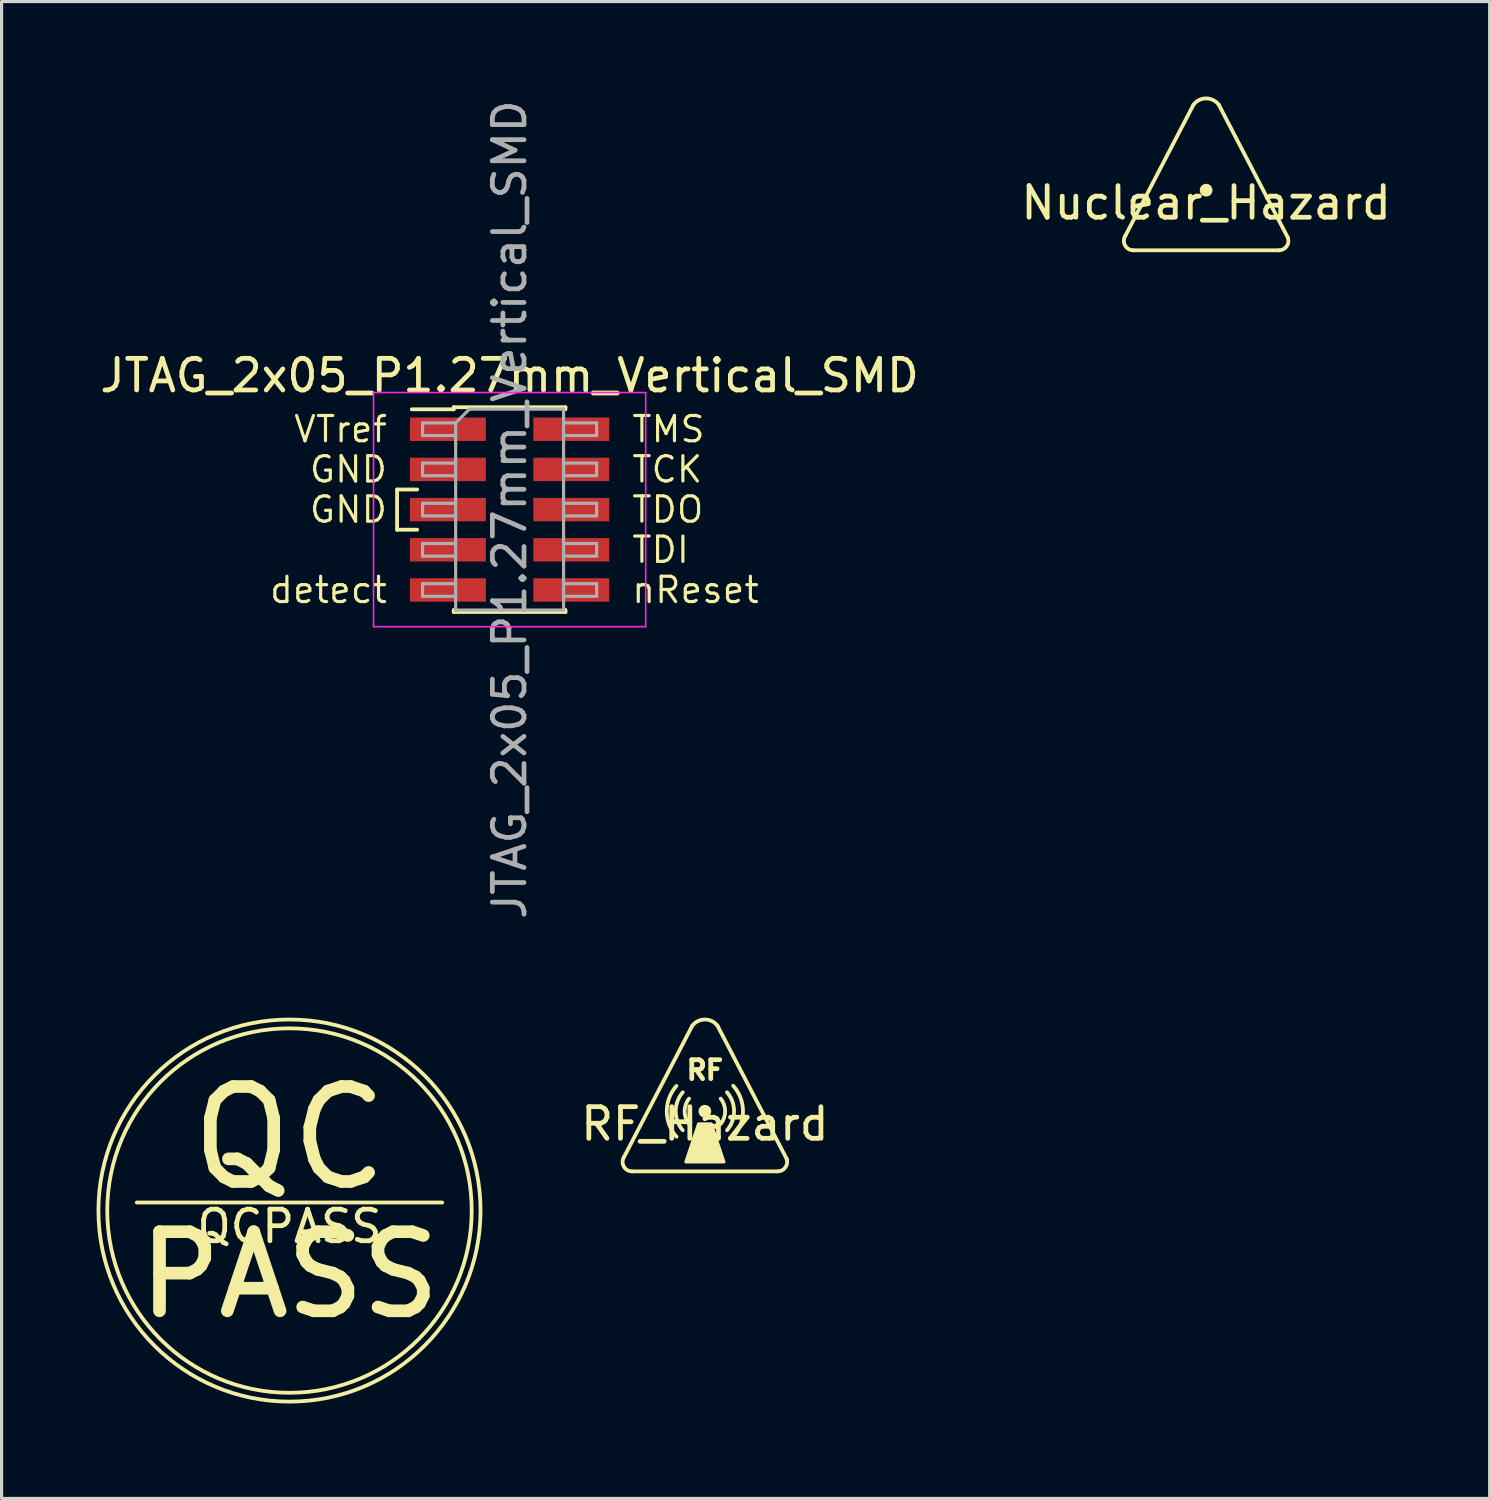
<source format=kicad_pcb>
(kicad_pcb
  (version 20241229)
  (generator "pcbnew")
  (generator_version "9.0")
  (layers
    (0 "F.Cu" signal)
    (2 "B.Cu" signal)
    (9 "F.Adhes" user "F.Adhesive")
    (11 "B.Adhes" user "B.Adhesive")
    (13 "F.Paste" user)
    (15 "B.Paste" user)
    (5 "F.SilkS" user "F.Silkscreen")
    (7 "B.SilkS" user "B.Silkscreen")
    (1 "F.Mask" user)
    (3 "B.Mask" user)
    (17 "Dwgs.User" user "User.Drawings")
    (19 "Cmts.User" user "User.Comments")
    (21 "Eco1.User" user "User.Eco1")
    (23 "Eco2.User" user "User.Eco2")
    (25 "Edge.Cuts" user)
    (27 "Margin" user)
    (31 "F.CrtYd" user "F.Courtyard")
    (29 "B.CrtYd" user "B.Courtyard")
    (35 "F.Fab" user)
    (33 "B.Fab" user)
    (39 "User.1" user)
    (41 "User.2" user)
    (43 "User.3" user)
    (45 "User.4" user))
  (footprint "QCPASS"
    (layer "F.Cu")
    (at 6.098 35.205)
    (property "Reference" "QCPASS" (at 0 0.5 0) (layer "F.SilkS") (effects (font (size 1 1) (thickness 0.15))))
    (attr through_hole)
    (fp_line (start -4.826 -0.254) (end 4.826 -0.254) (stroke (width 0.12) (type solid)) (layer "F.SilkS"))
    (fp_circle (center 0 0) (end 3.81 -4.318) (stroke (width 0.12) (type solid)) (fill no) (layer "F.SilkS"))
    (fp_circle (center 0 0) (end 5.588 -2.286) (stroke (width 0.12) (type solid)) (fill no) (layer "F.SilkS"))
    (fp_text user "PASS" (at 0 2.032 0) (layer "F.SilkS") (effects (font (size 2.5 2.5) (thickness 0.4))))
    (fp_text user "QC" (at 0 -2.286 0) (layer "F.SilkS") (effects (font (size 3 3) (thickness 0.4)))))
  (footprint "JTAG_2x05_P1.27mm_Vertical_SMD"
    (layer "F.Cu")
    (at 13.054 13.054)
    (property "Reference" "JTAG_2x05_P1.27mm_Vertical_SMD" (at 0 -4.235 0) (layer "F.SilkS") (effects (font (size 1 1) (thickness 0.15))))
    (attr smd)
    (fp_line (start -3.556 -0.635) (end -3.556 0.635) (stroke (width 0.12) (type solid)) (layer "F.SilkS"))
    (fp_line (start -3.556 0.635) (end -2.921 0.635) (stroke (width 0.12) (type solid)) (layer "F.SilkS"))
    (fp_line (start -3.09 -3.17) (end -1.765 -3.17) (stroke (width 0.12) (type solid)) (layer "F.SilkS"))
    (fp_line (start -2.921 -0.635) (end -3.556 -0.635) (stroke (width 0.12) (type solid)) (layer "F.SilkS"))
    (fp_line (start -1.765 -3.235) (end -1.765 -3.17) (stroke (width 0.12) (type solid)) (layer "F.SilkS"))
    (fp_line (start -1.765 -3.235) (end 1.765 -3.235) (stroke (width 0.12) (type solid)) (layer "F.SilkS"))
    (fp_line (start -1.765 3.17) (end -1.765 3.235) (stroke (width 0.12) (type solid)) (layer "F.SilkS"))
    (fp_line (start -1.765 3.235) (end 1.765 3.235) (stroke (width 0.12) (type solid)) (layer "F.SilkS"))
    (fp_line (start 1.765 -3.235) (end 1.765 -3.17) (stroke (width 0.12) (type solid)) (layer "F.SilkS"))
    (fp_line (start 1.765 3.17) (end 1.765 3.235) (stroke (width 0.12) (type solid)) (layer "F.SilkS"))
    (fp_line (start -4.3 -3.7) (end -4.3 3.7) (stroke (width 0.05) (type solid)) (layer "F.CrtYd"))
    (fp_line (start -4.3 3.7) (end 4.3 3.7) (stroke (width 0.05) (type solid)) (layer "F.CrtYd"))
    (fp_line (start 4.3 -3.7) (end -4.3 -3.7) (stroke (width 0.05) (type solid)) (layer "F.CrtYd"))
    (fp_line (start 4.3 3.7) (end 4.3 -3.7) (stroke (width 0.05) (type solid)) (layer "F.CrtYd"))
    (fp_line (start -2.75 -2.74) (end -2.75 -2.34) (stroke (width 0.1) (type solid)) (layer "F.Fab"))
    (fp_line (start -2.75 -2.34) (end -1.705 -2.34) (stroke (width 0.1) (type solid)) (layer "F.Fab"))
    (fp_line (start -2.75 -1.47) (end -2.75 -1.07) (stroke (width 0.1) (type solid)) (layer "F.Fab"))
    (fp_line (start -2.75 -1.07) (end -1.705 -1.07) (stroke (width 0.1) (type solid)) (layer "F.Fab"))
    (fp_line (start -2.75 -0.2) (end -2.75 0.2) (stroke (width 0.1) (type solid)) (layer "F.Fab"))
    (fp_line (start -2.75 0.2) (end -1.705 0.2) (stroke (width 0.1) (type solid)) (layer "F.Fab"))
    (fp_line (start -2.75 1.07) (end -2.75 1.47) (stroke (width 0.1) (type solid)) (layer "F.Fab"))
    (fp_line (start -2.75 1.47) (end -1.705 1.47) (stroke (width 0.1) (type solid)) (layer "F.Fab"))
    (fp_line (start -2.75 2.34) (end -2.75 2.74) (stroke (width 0.1) (type solid)) (layer "F.Fab"))
    (fp_line (start -2.75 2.74) (end -1.705 2.74) (stroke (width 0.1) (type solid)) (layer "F.Fab"))
    (fp_line (start -1.705 -2.74) (end -2.75 -2.74) (stroke (width 0.1) (type solid)) (layer "F.Fab"))
    (fp_line (start -1.705 -2.74) (end -1.27 -3.175) (stroke (width 0.1) (type solid)) (layer "F.Fab"))
    (fp_line (start -1.705 -1.47) (end -2.75 -1.47) (stroke (width 0.1) (type solid)) (layer "F.Fab"))
    (fp_line (start -1.705 -0.2) (end -2.75 -0.2) (stroke (width 0.1) (type solid)) (layer "F.Fab"))
    (fp_line (start -1.705 1.07) (end -2.75 1.07) (stroke (width 0.1) (type solid)) (layer "F.Fab"))
    (fp_line (start -1.705 2.34) (end -2.75 2.34) (stroke (width 0.1) (type solid)) (layer "F.Fab"))
    (fp_line (start -1.705 3.175) (end -1.705 -2.74) (stroke (width 0.1) (type solid)) (layer "F.Fab"))
    (fp_line (start -1.27 -3.175) (end 1.705 -3.175) (stroke (width 0.1) (type solid)) (layer "F.Fab"))
    (fp_line (start 1.705 -3.175) (end 1.705 3.175) (stroke (width 0.1) (type solid)) (layer "F.Fab"))
    (fp_line (start 1.705 -2.74) (end 2.75 -2.74) (stroke (width 0.1) (type solid)) (layer "F.Fab"))
    (fp_line (start 1.705 -1.47) (end 2.75 -1.47) (stroke (width 0.1) (type solid)) (layer "F.Fab"))
    (fp_line (start 1.705 -0.2) (end 2.75 -0.2) (stroke (width 0.1) (type solid)) (layer "F.Fab"))
    (fp_line (start 1.705 1.07) (end 2.75 1.07) (stroke (width 0.1) (type solid)) (layer "F.Fab"))
    (fp_line (start 1.705 2.34) (end 2.75 2.34) (stroke (width 0.1) (type solid)) (layer "F.Fab"))
    (fp_line (start 1.705 3.175) (end -1.705 3.175) (stroke (width 0.1) (type solid)) (layer "F.Fab"))
    (fp_line (start 2.75 -2.74) (end 2.75 -2.34) (stroke (width 0.1) (type solid)) (layer "F.Fab"))
    (fp_line (start 2.75 -2.34) (end 1.705 -2.34) (stroke (width 0.1) (type solid)) (layer "F.Fab"))
    (fp_line (start 2.75 -1.47) (end 2.75 -1.07) (stroke (width 0.1) (type solid)) (layer "F.Fab"))
    (fp_line (start 2.75 -1.07) (end 1.705 -1.07) (stroke (width 0.1) (type solid)) (layer "F.Fab"))
    (fp_line (start 2.75 -0.2) (end 2.75 0.2) (stroke (width 0.1) (type solid)) (layer "F.Fab"))
    (fp_line (start 2.75 0.2) (end 1.705 0.2) (stroke (width 0.1) (type solid)) (layer "F.Fab"))
    (fp_line (start 2.75 1.07) (end 2.75 1.47) (stroke (width 0.1) (type solid)) (layer "F.Fab"))
    (fp_line (start 2.75 1.47) (end 1.705 1.47) (stroke (width 0.1) (type solid)) (layer "F.Fab"))
    (fp_line (start 2.75 2.34) (end 2.75 2.74) (stroke (width 0.1) (type solid)) (layer "F.Fab"))
    (fp_line (start 2.75 2.74) (end 1.705 2.74) (stroke (width 0.1) (type solid)) (layer "F.Fab"))
    (fp_text user "TDI" (at 3.81 1.27 0) (layer "F.SilkS") (effects (font (size 0.8 0.8) (thickness 0.1)) (justify left)))
    (fp_text user "GND" (at -3.81 -1.27 0) (layer "F.SilkS") (effects (font (size 0.8 0.8) (thickness 0.1)) (justify right)))
    (fp_text user "TDO" (at 3.81 0 0) (layer "F.SilkS") (effects (font (size 0.8 0.8) (thickness 0.1)) (justify left)))
    (fp_text user "TCK" (at 3.81 -1.27 0) (layer "F.SilkS") (effects (font (size 0.8 0.8) (thickness 0.1)) (justify left)))
    (fp_text user "TMS" (at 3.81 -2.54 0) (layer "F.SilkS") (effects (font (size 0.8 0.8) (thickness 0.1)) (justify left)))
    (fp_text user "VTref" (at -3.81 -2.54 0) (layer "F.SilkS") (effects (font (size 0.8 0.8) (thickness 0.1)) (justify right)))
    (fp_text user "nReset" (at 3.81 2.54 0) (layer "F.SilkS") (effects (font (size 0.8 0.8) (thickness 0.1)) (justify left)))
    (fp_text user "detect" (at -3.81 2.54 0) (layer "F.SilkS") (effects (font (size 0.8 0.8) (thickness 0.1)) (justify right)))
    (fp_text user "GND" (at -3.81 0 0) (layer "F.SilkS") (effects (font (size 0.8 0.8) (thickness 0.1)) (justify right)))
    (fp_text user "${REFERENCE}" (at 0 0 90) (layer "F.Fab") (effects (font (size 1 1) (thickness 0.15))))
    (pad "1" smd rect (at -1.95 -2.54) (size 2.4 0.74) (layers "F.Cu" "F.Mask" "F.Paste"))
    (pad "2" smd rect (at 1.95 -2.54) (size 2.4 0.74) (layers "F.Cu" "F.Mask" "F.Paste"))
    (pad "3" smd rect (at -1.95 -1.27) (size 2.4 0.74) (layers "F.Cu" "F.Mask" "F.Paste"))
    (pad "4" smd rect (at 1.95 -1.27) (size 2.4 0.74) (layers "F.Cu" "F.Mask" "F.Paste"))
    (pad "5" smd rect (at -1.95 0) (size 2.4 0.74) (layers "F.Cu" "F.Mask" "F.Paste"))
    (pad "6" smd rect (at 1.95 0) (size 2.4 0.74) (layers "F.Cu" "F.Mask" "F.Paste"))
    (pad "7" smd rect (at -1.95 1.27) (size 2.4 0.74) (layers "F.Cu" "F.Mask" "F.Paste"))
    (pad "8" smd rect (at 1.95 1.27) (size 2.4 0.74) (layers "F.Cu" "F.Mask" "F.Paste"))
    (pad "9" smd rect (at -1.95 2.54) (size 2.4 0.74) (layers "F.Cu" "F.Mask" "F.Paste"))
    (pad "10" smd rect (at 1.95 2.54) (size 2.4 0.74) (layers "F.Cu" "F.Mask" "F.Paste")))
  (footprint "Nuclear_Hazard"
    (layer "F.Cu")
    (at 35.065 2.86)
    (property "Reference" "Nuclear_Hazard" (at 0 0.5 0) (layer "F.SilkS") (effects (font (size 1 1) (thickness 0.15))))
    (attr through_hole)
    (fp_line (start -2.3 2) (end 2.3 2) (stroke (width 0.12) (type solid)) (layer "F.SilkS"))
    (fp_line (start -0.4 -2.6) (end -2.55 1.534) (stroke (width 0.12) (type solid)) (layer "F.SilkS"))
    (fp_line (start 2.585 1.605) (end 0.4 -2.6) (stroke (width 0.12) (type solid)) (layer "F.SilkS"))
    (fp_arc (start -2.3 1.999999) (mid -2.564501 1.841557) (end -2.549614 1.533591) (stroke (width 0.12) (type solid)) (layer "F.SilkS"))
    (fp_arc (start -0.4 -2.599999) (mid -0.000001 -2.799999) (end 0.399999 -2.6) (stroke (width 0.12) (type solid)) (layer "F.SilkS"))
    (fp_arc (start 2.584605 1.605132) (mid 2.543372 1.875413) (end 2.3 2) (stroke (width 0.12) (type solid)) (layer "F.SilkS"))
    (fp_circle (center 0 0.1) (end 0.1 0.1) (stroke (width 0.12) (type solid)) (fill no) (layer "F.SilkS"))
    (fp_circle (center 0 0.1) (end 0.141 0.1) (stroke (width 0.12) (type solid)) (fill no) (layer "F.SilkS"))
    (fp_poly (pts (xy 0.1 0.2) (xy -0.1 0.2) (xy -0.1 0) (xy 0.1 0)) (stroke (width 0.1) (type solid)) (fill yes) (layer "F.SilkS")))
  (footprint "RF_Hazard"
    (layer "F.Cu")
    (at 19.225 31.967)
    (property "Reference" "RF_Hazard" (at 0 0.5 0) (layer "F.SilkS") (effects (font (size 1 1) (thickness 0.15))))
    (attr through_hole)
    (fp_line (start -2.3 2) (end 2.3 2) (stroke (width 0.12) (type solid)) (layer "F.SilkS"))
    (fp_line (start -0.4 -2.6) (end -2.55 1.534) (stroke (width 0.12) (type solid)) (layer "F.SilkS"))
    (fp_line (start 2.585 1.605) (end 0.4 -2.6) (stroke (width 0.12) (type solid)) (layer "F.SilkS"))
    (fp_arc (start -2.3 1.999999) (mid -2.564501 1.841557) (end -2.549614 1.533591) (stroke (width 0.12) (type solid)) (layer "F.SilkS"))
    (fp_arc (start -0.895044 0.905539) (mid -1.204152 0.103716) (end -0.899999 -0.699999) (stroke (width 0.12) (type solid)) (layer "F.SilkS"))
    (fp_arc (start -0.699999 0.699999) (mid -0.921953 0.1) (end -0.699999 -0.499999) (stroke (width 0.12) (type solid)) (layer "F.SilkS"))
    (fp_arc (start -0.499999 0.499999) (mid -0.640311 0.1) (end -0.499999 -0.299999) (stroke (width 0.12) (type solid)) (layer "F.SilkS"))
    (fp_arc (start -0.4 -2.599999) (mid -0.000001 -2.799999) (end 0.399999 -2.6) (stroke (width 0.12) (type solid)) (layer "F.SilkS"))
    (fp_arc (start 0.499999 -0.299999) (mid 0.640311 0.1) (end 0.499999 0.499999) (stroke (width 0.12) (type solid)) (layer "F.SilkS"))
    (fp_arc (start 0.699999 -0.499999) (mid 0.921953 0.1) (end 0.699999 0.699999) (stroke (width 0.12) (type solid)) (layer "F.SilkS"))
    (fp_arc (start 0.895044 -0.705539) (mid 1.204152 0.096284) (end 0.899999 0.899999) (stroke (width 0.12) (type solid)) (layer "F.SilkS"))
    (fp_arc (start 2.584605 1.605132) (mid 2.543372 1.875413) (end 2.3 2) (stroke (width 0.12) (type solid)) (layer "F.SilkS"))
    (fp_circle (center 0 0.1) (end 0.1 0.1) (stroke (width 0.12) (type solid)) (fill no) (layer "F.SilkS"))
    (fp_circle (center 0 0.1) (end 0.141 0.1) (stroke (width 0.12) (type solid)) (fill no) (layer "F.SilkS"))
    (fp_poly (pts (xy 0.1 0.2) (xy -0.1 0.2) (xy -0.1 0) (xy 0.1 0)) (stroke (width 0.1) (type solid)) (fill yes) (layer "F.SilkS"))
    (fp_poly (pts (xy 0.6 1.7) (xy -0.6 1.7) (xy -0.2 0.5) (xy 0.2 0.5)) (stroke (width 0.1) (type solid)) (fill yes) (layer "F.SilkS"))
    (fp_text user "RF" (at 0 -1.2 0) (unlocked yes) (layer "F.SilkS") (effects (font (size 0.6 0.6) (thickness 0.15)))))
  (gr_rect
    (start -3 -3)
    (end 44.024 44.302)
    (stroke (width 0.1) (type default))
    (fill no)
    (layer "Edge.Cuts")))
</source>
